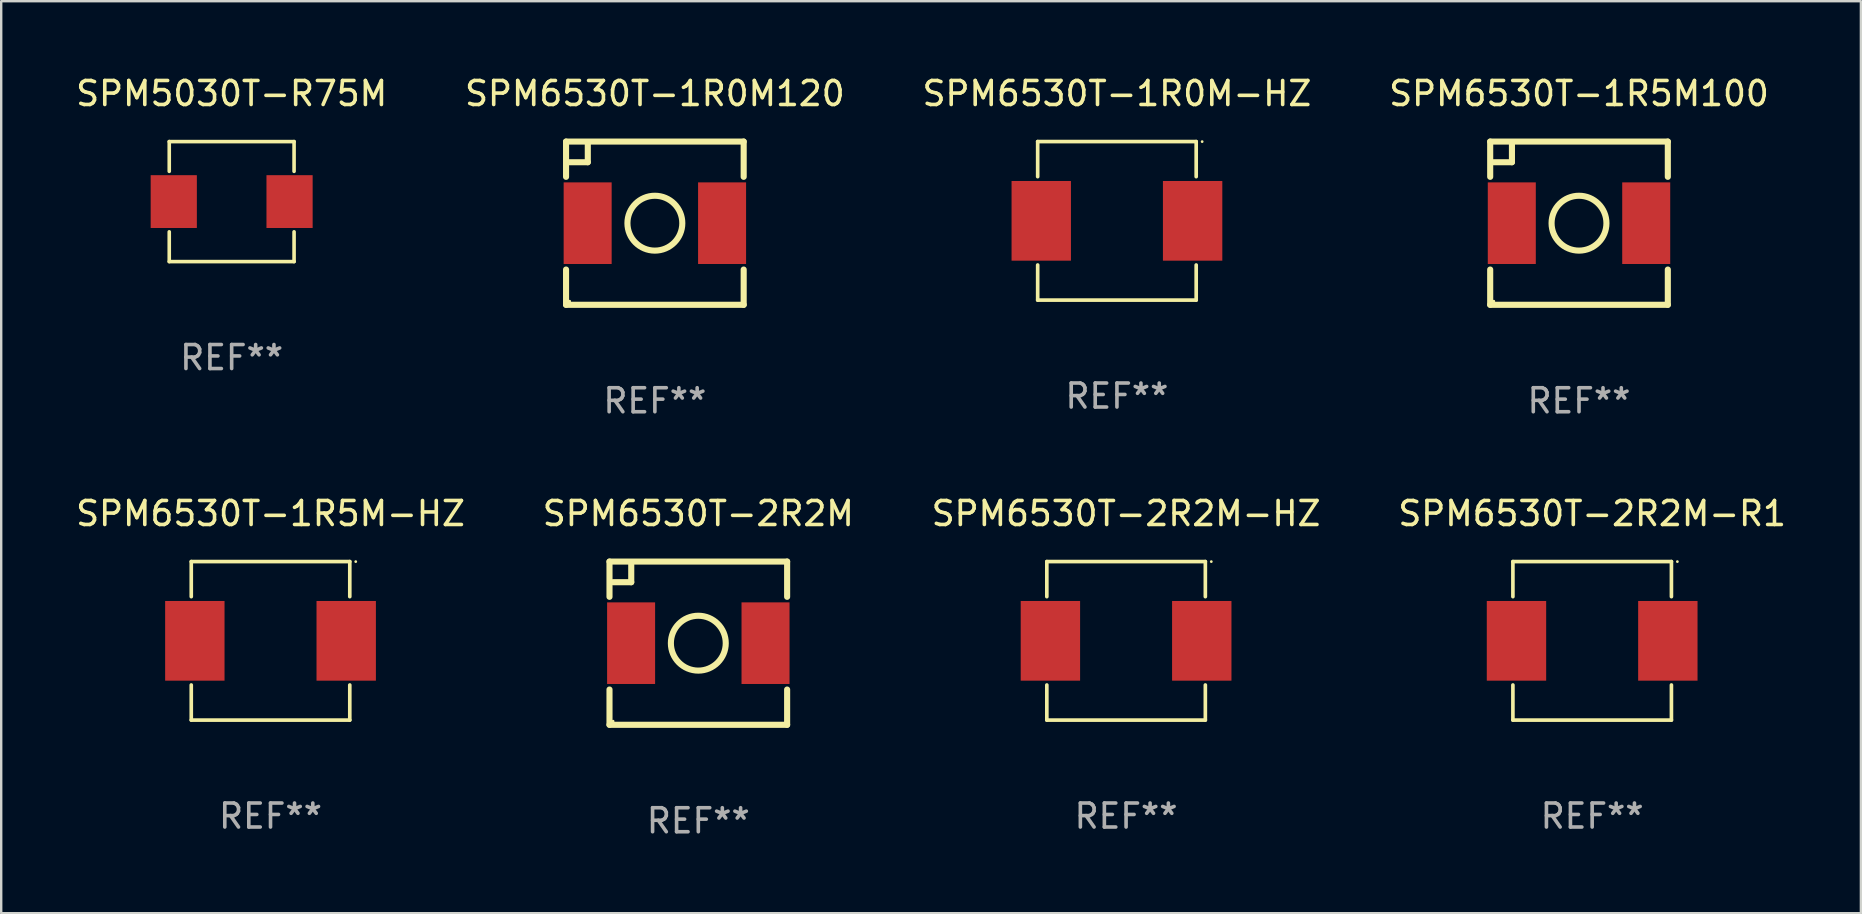
<source format=kicad_pcb>
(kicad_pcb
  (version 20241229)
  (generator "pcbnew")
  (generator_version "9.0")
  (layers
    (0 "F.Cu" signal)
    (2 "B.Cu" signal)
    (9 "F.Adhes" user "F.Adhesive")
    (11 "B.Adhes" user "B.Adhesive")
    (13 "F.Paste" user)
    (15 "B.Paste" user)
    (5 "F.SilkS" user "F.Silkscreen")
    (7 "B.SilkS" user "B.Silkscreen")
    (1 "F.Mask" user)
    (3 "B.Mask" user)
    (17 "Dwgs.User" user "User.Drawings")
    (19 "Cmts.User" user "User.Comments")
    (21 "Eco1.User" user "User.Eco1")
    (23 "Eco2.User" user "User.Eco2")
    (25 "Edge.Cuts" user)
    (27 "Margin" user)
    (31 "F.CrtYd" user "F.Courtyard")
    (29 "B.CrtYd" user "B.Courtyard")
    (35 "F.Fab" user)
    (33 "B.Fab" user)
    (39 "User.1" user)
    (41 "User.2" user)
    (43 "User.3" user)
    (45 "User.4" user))
  (footprint "SPM6530T-1R0M-HZ"
    (layer "F.Cu")
    (at 43.482 6.15)
    (property "Reference" "SPM6530T-1R0M-HZ" (at 0 -5.302 0) (layer "F.SilkS") (effects (font (size 1 1) (thickness 0.15))))
    (attr through_hole)
    (fp_line (start -3.302 -3.302) (end -3.302 -1.84) (stroke (width 0.152) (type solid)) (layer "F.SilkS"))
    (fp_line (start -3.302 1.84) (end -3.302 3.302) (stroke (width 0.152) (type solid)) (layer "F.SilkS"))
    (fp_line (start -3.302 3.302) (end 3.302 3.302) (stroke (width 0.152) (type solid)) (layer "F.SilkS"))
    (fp_line (start 3.302 -3.302) (end -3.302 -3.302) (stroke (width 0.152) (type solid)) (layer "F.SilkS"))
    (fp_line (start 3.302 -1.84) (end 3.302 -3.302) (stroke (width 0.152) (type solid)) (layer "F.SilkS"))
    (fp_line (start 3.302 3.302) (end 3.302 1.84) (stroke (width 0.152) (type solid)) (layer "F.SilkS"))
    (fp_circle (center 3.55 -3.3) (end 3.58 -3.3) (stroke (width 0.06) (type solid)) (fill no) (layer "F.SilkS"))
    (fp_text user "REF**" (at 0 7.302 0) (layer "F.Fab") (effects (font (size 1 1) (thickness 0.15))))
    (pad "1" smd rect (at 3.153 0) (size 2.474 3.32) (layers "F.Cu" "F.Mask" "F.Paste"))
    (pad "2" smd rect (at -3.153 0) (size 2.474 3.32) (layers "F.Cu" "F.Mask" "F.Paste")))
  (footprint "SPM6530T-2R2M"
    (layer "F.Cu")
    (at 26.042 23.745)
    (property "Reference" "SPM6530T-2R2M" (at 0 -5.4 0) (layer "F.SilkS") (effects (font (size 1 1) (thickness 0.15))))
    (attr through_hole)
    (fp_line (start -3.7 -3.4) (end -3.7 -1.931) (stroke (width 0.254) (type solid)) (layer "F.SilkS"))
    (fp_line (start -3.7 -3.4) (end 3.7 -3.4) (stroke (width 0.254) (type solid)) (layer "F.SilkS"))
    (fp_line (start -3.7 1.931) (end -3.7 3.4) (stroke (width 0.254) (type solid)) (layer "F.SilkS"))
    (fp_line (start -2.794 -3.302) (end -2.794 -2.54) (stroke (width 0.254) (type solid)) (layer "F.SilkS"))
    (fp_line (start -2.794 -2.54) (end -3.556 -2.54) (stroke (width 0.254) (type solid)) (layer "F.SilkS"))
    (fp_line (start 3.7 -3.4) (end 3.7 -1.931) (stroke (width 0.254) (type solid)) (layer "F.SilkS"))
    (fp_line (start 3.7 1.931) (end 3.7 3.4) (stroke (width 0.254) (type solid)) (layer "F.SilkS"))
    (fp_line (start 3.7 3.4) (end -3.7 3.4) (stroke (width 0.254) (type solid)) (layer "F.SilkS"))
    (fp_circle (center -3.55 3.25) (end -3.52 3.25) (stroke (width 0.06) (type solid)) (fill no) (layer "F.SilkS"))
    (fp_circle (center 0 0) (end 1.143 0) (stroke (width 0.254) (type solid)) (fill no) (layer "F.SilkS"))
    (fp_text user "REF**" (at 0 7.4 0) (layer "F.Fab") (effects (font (size 1 1) (thickness 0.15))))
    (pad "1" smd rect (at -2.8 0) (size 2 3.4) (layers "F.Cu" "F.Mask" "F.Paste"))
    (pad "2" smd rect (at 2.8 0) (size 2 3.4) (layers "F.Cu" "F.Mask" "F.Paste")))
  (footprint "SPM6530T-1R0M120"
    (layer "F.Cu")
    (at 24.232 6.248)
    (property "Reference" "SPM6530T-1R0M120" (at 0 -5.4 0) (layer "F.SilkS") (effects (font (size 1 1) (thickness 0.15))))
    (attr through_hole)
    (fp_line (start -3.7 -3.4) (end -3.7 -1.931) (stroke (width 0.254) (type solid)) (layer "F.SilkS"))
    (fp_line (start -3.7 -3.4) (end 3.7 -3.4) (stroke (width 0.254) (type solid)) (layer "F.SilkS"))
    (fp_line (start -3.7 1.931) (end -3.7 3.4) (stroke (width 0.254) (type solid)) (layer "F.SilkS"))
    (fp_line (start -2.794 -3.302) (end -2.794 -2.54) (stroke (width 0.254) (type solid)) (layer "F.SilkS"))
    (fp_line (start -2.794 -2.54) (end -3.556 -2.54) (stroke (width 0.254) (type solid)) (layer "F.SilkS"))
    (fp_line (start 3.7 -3.4) (end 3.7 -1.931) (stroke (width 0.254) (type solid)) (layer "F.SilkS"))
    (fp_line (start 3.7 1.931) (end 3.7 3.4) (stroke (width 0.254) (type solid)) (layer "F.SilkS"))
    (fp_line (start 3.7 3.4) (end -3.7 3.4) (stroke (width 0.254) (type solid)) (layer "F.SilkS"))
    (fp_circle (center -3.55 3.25) (end -3.52 3.25) (stroke (width 0.06) (type solid)) (fill no) (layer "F.SilkS"))
    (fp_circle (center 0 0) (end 1.143 0) (stroke (width 0.254) (type solid)) (fill no) (layer "F.SilkS"))
    (fp_text user "REF**" (at 0 7.4 0) (layer "F.Fab") (effects (font (size 1 1) (thickness 0.15))))
    (pad "1" smd rect (at -2.8 0) (size 2 3.4) (layers "F.Cu" "F.Mask" "F.Paste"))
    (pad "2" smd rect (at 2.8 0) (size 2 3.4) (layers "F.Cu" "F.Mask" "F.Paste")))
  (footprint "SPM5030T-R75M"
    (layer "F.Cu")
    (at 6.601 5.348)
    (property "Reference" "SPM5030T-R75M" (at 0 -4.5 0) (layer "F.SilkS") (effects (font (size 1 1) (thickness 0.15))))
    (attr through_hole)
    (fp_line (start -2.6 -2.5) (end 2.6 -2.5) (stroke (width 0.15) (type solid)) (layer "F.SilkS"))
    (fp_line (start -2.6 -1.26) (end -2.6 -2.5) (stroke (width 0.15) (type solid)) (layer "F.SilkS"))
    (fp_line (start -2.6 1.26) (end -2.6 2.5) (stroke (width 0.15) (type solid)) (layer "F.SilkS"))
    (fp_line (start -2.6 2.5) (end 2.6 2.5) (stroke (width 0.15) (type solid)) (layer "F.SilkS"))
    (fp_line (start 2.6 -2.5) (end 2.6 -1.26) (stroke (width 0.15) (type solid)) (layer "F.SilkS"))
    (fp_line (start 2.6 2.5) (end 2.6 1.26) (stroke (width 0.15) (type solid)) (layer "F.SilkS"))
    (fp_circle (center 2.6 2.5) (end 2.63 2.5) (stroke (width 0.06) (type solid)) (fill no) (layer "F.SilkS"))
    (fp_text user "REF**" (at 0 6.5 0) (layer "F.Fab") (effects (font (size 1 1) (thickness 0.15))))
    (pad "1" smd rect (at 2.412 0) (size 1.924 2.2) (layers "F.Cu" "F.Mask" "F.Paste"))
    (pad "2" smd rect (at -2.412 0) (size 1.924 2.2) (layers "F.Cu" "F.Mask" "F.Paste")))
  (footprint "SPM6530T-1R5M-HZ"
    (layer "F.Cu")
    (at 8.22 23.647)
    (property "Reference" "SPM6530T-1R5M-HZ" (at 0 -5.302 0) (layer "F.SilkS") (effects (font (size 1 1) (thickness 0.15))))
    (attr through_hole)
    (fp_line (start -3.302 -3.302) (end -3.302 -1.84) (stroke (width 0.152) (type solid)) (layer "F.SilkS"))
    (fp_line (start -3.302 1.84) (end -3.302 3.302) (stroke (width 0.152) (type solid)) (layer "F.SilkS"))
    (fp_line (start -3.302 3.302) (end 3.302 3.302) (stroke (width 0.152) (type solid)) (layer "F.SilkS"))
    (fp_line (start 3.302 -3.302) (end -3.302 -3.302) (stroke (width 0.152) (type solid)) (layer "F.SilkS"))
    (fp_line (start 3.302 -1.84) (end 3.302 -3.302) (stroke (width 0.152) (type solid)) (layer "F.SilkS"))
    (fp_line (start 3.302 3.302) (end 3.302 1.84) (stroke (width 0.152) (type solid)) (layer "F.SilkS"))
    (fp_circle (center 3.55 -3.3) (end 3.58 -3.3) (stroke (width 0.06) (type solid)) (fill no) (layer "F.SilkS"))
    (fp_text user "REF**" (at 0 7.302 0) (layer "F.Fab") (effects (font (size 1 1) (thickness 0.15))))
    (pad "1" smd rect (at 3.153 0) (size 2.474 3.32) (layers "F.Cu" "F.Mask" "F.Paste"))
    (pad "2" smd rect (at -3.153 0) (size 2.474 3.32) (layers "F.Cu" "F.Mask" "F.Paste")))
  (footprint "SPM6530T-1R5M100"
    (layer "F.Cu")
    (at 62.732 6.248)
    (property "Reference" "SPM6530T-1R5M100" (at 0 -5.4 0) (layer "F.SilkS") (effects (font (size 1 1) (thickness 0.15))))
    (attr through_hole)
    (fp_line (start -3.7 -3.4) (end -3.7 -1.931) (stroke (width 0.254) (type solid)) (layer "F.SilkS"))
    (fp_line (start -3.7 -3.4) (end 3.7 -3.4) (stroke (width 0.254) (type solid)) (layer "F.SilkS"))
    (fp_line (start -3.7 1.931) (end -3.7 3.4) (stroke (width 0.254) (type solid)) (layer "F.SilkS"))
    (fp_line (start -2.794 -3.302) (end -2.794 -2.54) (stroke (width 0.254) (type solid)) (layer "F.SilkS"))
    (fp_line (start -2.794 -2.54) (end -3.556 -2.54) (stroke (width 0.254) (type solid)) (layer "F.SilkS"))
    (fp_line (start 3.7 -3.4) (end 3.7 -1.931) (stroke (width 0.254) (type solid)) (layer "F.SilkS"))
    (fp_line (start 3.7 1.931) (end 3.7 3.4) (stroke (width 0.254) (type solid)) (layer "F.SilkS"))
    (fp_line (start 3.7 3.4) (end -3.7 3.4) (stroke (width 0.254) (type solid)) (layer "F.SilkS"))
    (fp_circle (center -3.55 3.25) (end -3.52 3.25) (stroke (width 0.06) (type solid)) (fill no) (layer "F.SilkS"))
    (fp_circle (center 0 0) (end 1.143 0) (stroke (width 0.254) (type solid)) (fill no) (layer "F.SilkS"))
    (fp_text user "REF**" (at 0 7.4 0) (layer "F.Fab") (effects (font (size 1 1) (thickness 0.15))))
    (pad "1" smd rect (at -2.8 0) (size 2 3.4) (layers "F.Cu" "F.Mask" "F.Paste"))
    (pad "2" smd rect (at 2.8 0) (size 2 3.4) (layers "F.Cu" "F.Mask" "F.Paste")))
  (footprint "SPM6530T-2R2M-HZ"
    (layer "F.Cu")
    (at 43.863 23.647)
    (property "Reference" "SPM6530T-2R2M-HZ" (at 0 -5.302 0) (layer "F.SilkS") (effects (font (size 1 1) (thickness 0.15))))
    (attr through_hole)
    (fp_line (start -3.302 -3.302) (end -3.302 -1.84) (stroke (width 0.152) (type solid)) (layer "F.SilkS"))
    (fp_line (start -3.302 1.84) (end -3.302 3.302) (stroke (width 0.152) (type solid)) (layer "F.SilkS"))
    (fp_line (start -3.302 3.302) (end 3.302 3.302) (stroke (width 0.152) (type solid)) (layer "F.SilkS"))
    (fp_line (start 3.302 -3.302) (end -3.302 -3.302) (stroke (width 0.152) (type solid)) (layer "F.SilkS"))
    (fp_line (start 3.302 -1.84) (end 3.302 -3.302) (stroke (width 0.152) (type solid)) (layer "F.SilkS"))
    (fp_line (start 3.302 3.302) (end 3.302 1.84) (stroke (width 0.152) (type solid)) (layer "F.SilkS"))
    (fp_circle (center 3.55 -3.3) (end 3.58 -3.3) (stroke (width 0.06) (type solid)) (fill no) (layer "F.SilkS"))
    (fp_text user "REF**" (at 0 7.302 0) (layer "F.Fab") (effects (font (size 1 1) (thickness 0.15))))
    (pad "1" smd rect (at 3.153 0) (size 2.474 3.32) (layers "F.Cu" "F.Mask" "F.Paste"))
    (pad "2" smd rect (at -3.153 0) (size 2.474 3.32) (layers "F.Cu" "F.Mask" "F.Paste")))
  (footprint "SPM6530T-2R2M-R1"
    (layer "F.Cu")
    (at 63.28 23.647)
    (property "Reference" "SPM6530T-2R2M-R1" (at 0 -5.302 0) (layer "F.SilkS") (effects (font (size 1 1) (thickness 0.15))))
    (attr through_hole)
    (fp_line (start -3.302 -3.302) (end -3.302 -1.84) (stroke (width 0.152) (type solid)) (layer "F.SilkS"))
    (fp_line (start -3.302 1.84) (end -3.302 3.302) (stroke (width 0.152) (type solid)) (layer "F.SilkS"))
    (fp_line (start -3.302 3.302) (end 3.302 3.302) (stroke (width 0.152) (type solid)) (layer "F.SilkS"))
    (fp_line (start 3.302 -3.302) (end -3.302 -3.302) (stroke (width 0.152) (type solid)) (layer "F.SilkS"))
    (fp_line (start 3.302 -1.84) (end 3.302 -3.302) (stroke (width 0.152) (type solid)) (layer "F.SilkS"))
    (fp_line (start 3.302 3.302) (end 3.302 1.84) (stroke (width 0.152) (type solid)) (layer "F.SilkS"))
    (fp_circle (center 3.55 -3.3) (end 3.58 -3.3) (stroke (width 0.06) (type solid)) (fill no) (layer "F.SilkS"))
    (fp_text user "REF**" (at 0 7.302 0) (layer "F.Fab") (effects (font (size 1 1) (thickness 0.15))))
    (pad "1" smd rect (at 3.153 0) (size 2.474 3.32) (layers "F.Cu" "F.Mask" "F.Paste"))
    (pad "2" smd rect (at -3.153 0) (size 2.474 3.32) (layers "F.Cu" "F.Mask" "F.Paste")))
  (gr_rect
    (start -3 -3)
    (end 74.476 34.993)
    (stroke (width 0.1) (type default))
    (fill no)
    (layer "Edge.Cuts")))
</source>
